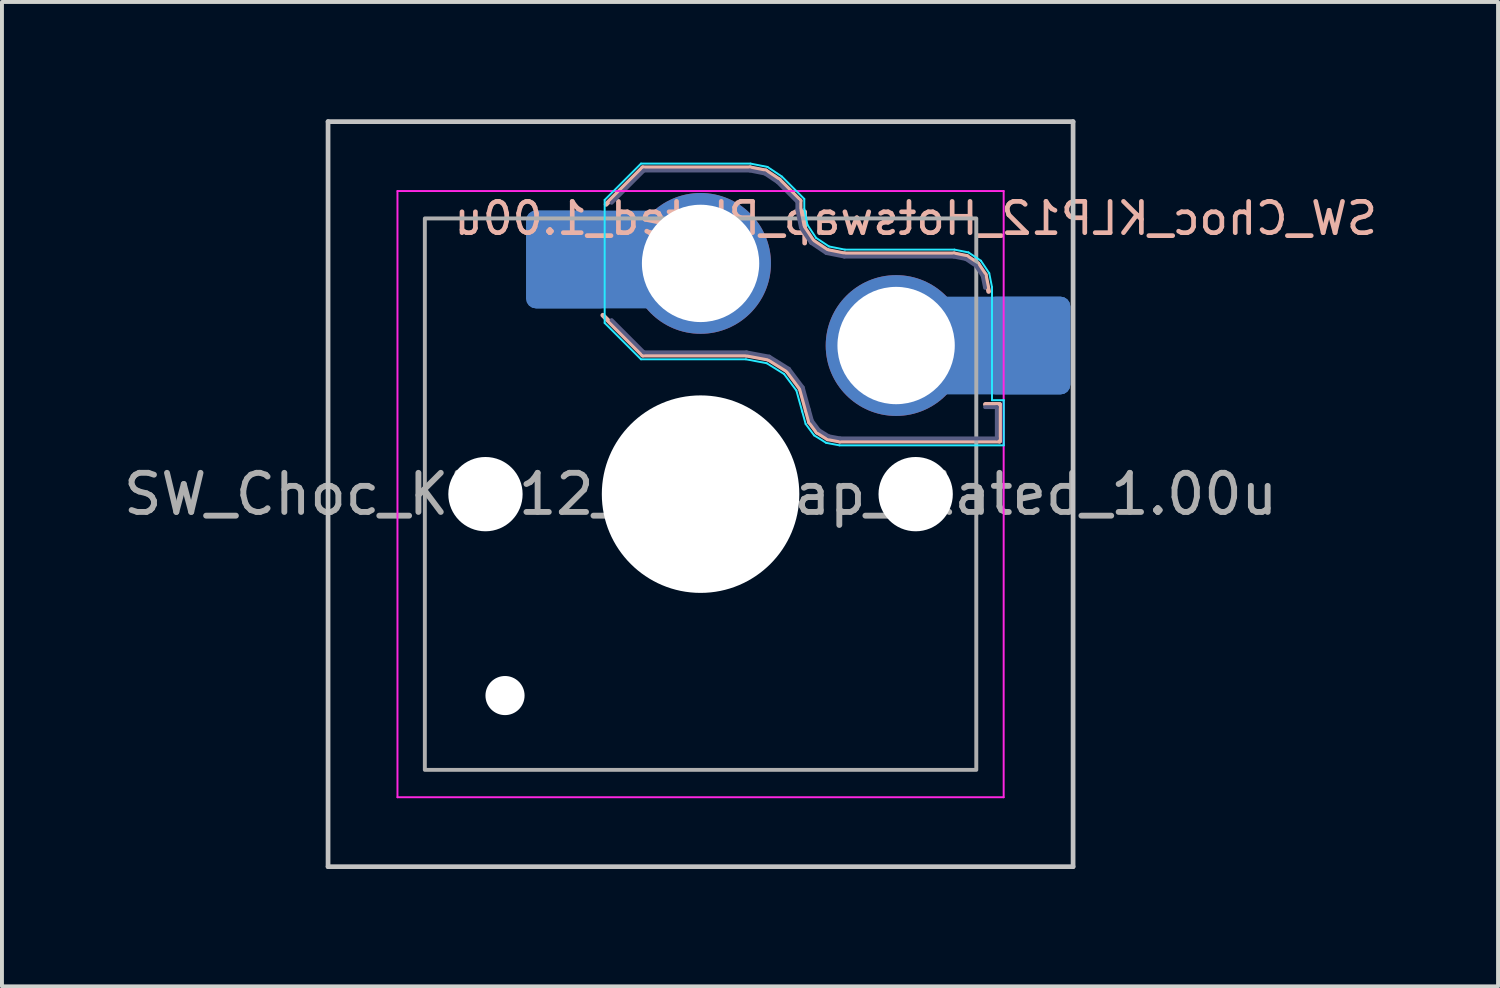
<source format=kicad_pcb>
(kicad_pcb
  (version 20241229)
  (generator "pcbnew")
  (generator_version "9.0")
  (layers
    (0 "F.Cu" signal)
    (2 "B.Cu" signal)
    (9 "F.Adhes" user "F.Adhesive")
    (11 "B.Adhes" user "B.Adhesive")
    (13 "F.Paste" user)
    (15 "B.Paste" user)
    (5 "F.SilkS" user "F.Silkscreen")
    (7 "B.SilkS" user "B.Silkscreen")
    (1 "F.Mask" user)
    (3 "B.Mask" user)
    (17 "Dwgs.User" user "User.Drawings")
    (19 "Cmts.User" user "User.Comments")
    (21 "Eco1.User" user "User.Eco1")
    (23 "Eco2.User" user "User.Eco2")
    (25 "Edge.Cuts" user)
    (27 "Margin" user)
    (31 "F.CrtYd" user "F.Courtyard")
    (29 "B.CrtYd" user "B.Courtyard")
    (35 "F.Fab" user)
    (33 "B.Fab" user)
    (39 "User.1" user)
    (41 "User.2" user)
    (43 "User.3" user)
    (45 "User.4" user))
  (footprint "SW_Choc_KLP12_Hotswap_Plated_1.00u"
    (layer "F.Cu")
    (at 14.863 9.585)
    (property "Reference" "SW_Choc_KLP12_Hotswap_Plated_1.00u" (at 5.5 -7.05 180) (layer "B.SilkS") (effects (font (size 0.8 0.8) (thickness 0.12)) (justify mirror)))
    (attr smd)
    (fp_line (start -2.416 -7.409) (end -1.479 -8.346) (stroke (width 0.12) (type solid)) (layer "B.SilkS"))
    (fp_line (start -1.479 -8.346) (end 1.268 -8.346) (stroke (width 0.12) (type solid)) (layer "B.SilkS"))
    (fp_line (start -1.479 -3.554) (end -2.5 -4.575) (stroke (width 0.12) (type solid)) (layer "B.SilkS"))
    (fp_line (start 1.168 -3.554) (end -1.479 -3.554) (stroke (width 0.12) (type solid)) (layer "B.SilkS"))
    (fp_line (start 1.268 -8.346) (end 1.671 -8.266) (stroke (width 0.12) (type solid)) (layer "B.SilkS"))
    (fp_line (start 1.671 -8.266) (end 2.013 -8.037) (stroke (width 0.12) (type solid)) (layer "B.SilkS"))
    (fp_line (start 1.73 -3.449) (end 1.168 -3.554) (stroke (width 0.12) (type solid)) (layer "B.SilkS"))
    (fp_line (start 2.013 -8.037) (end 2.546 -7.504) (stroke (width 0.12) (type solid)) (layer "B.SilkS"))
    (fp_line (start 2.209 -3.15) (end 1.73 -3.449) (stroke (width 0.12) (type solid)) (layer "B.SilkS"))
    (fp_line (start 2.546 -7.504) (end 2.546 -7.282) (stroke (width 0.12) (type solid)) (layer "B.SilkS"))
    (fp_line (start 2.546 -7.282) (end 2.633 -6.844) (stroke (width 0.12) (type solid)) (layer "B.SilkS"))
    (fp_line (start 2.547 -2.697) (end 2.209 -3.15) (stroke (width 0.12) (type solid)) (layer "B.SilkS"))
    (fp_line (start 2.633 -6.844) (end 2.877 -6.477) (stroke (width 0.12) (type solid)) (layer "B.SilkS"))
    (fp_line (start 2.701 -2.139) (end 2.547 -2.697) (stroke (width 0.12) (type solid)) (layer "B.SilkS"))
    (fp_line (start 2.783 -1.841) (end 2.701 -2.139) (stroke (width 0.12) (type solid)) (layer "B.SilkS"))
    (fp_line (start 2.877 -6.477) (end 3.244 -6.233) (stroke (width 0.12) (type solid)) (layer "B.SilkS"))
    (fp_line (start 2.976 -1.583) (end 2.783 -1.841) (stroke (width 0.12) (type solid)) (layer "B.SilkS"))
    (fp_line (start 3.244 -6.233) (end 3.682 -6.146) (stroke (width 0.12) (type solid)) (layer "B.SilkS"))
    (fp_line (start 3.25 -1.413) (end 2.976 -1.583) (stroke (width 0.12) (type solid)) (layer "B.SilkS"))
    (fp_line (start 3.56 -1.354) (end 3.25 -1.413) (stroke (width 0.12) (type solid)) (layer "B.SilkS"))
    (fp_line (start 3.682 -6.146) (end 6.482 -6.146) (stroke (width 0.12) (type solid)) (layer "B.SilkS"))
    (fp_line (start 6.482 -6.146) (end 6.809 -6.081) (stroke (width 0.12) (type solid)) (layer "B.SilkS"))
    (fp_line (start 6.809 -6.081) (end 7.092 -5.892) (stroke (width 0.12) (type solid)) (layer "B.SilkS"))
    (fp_line (start 7.092 -5.892) (end 7.281 -5.609) (stroke (width 0.12) (type solid)) (layer "B.SilkS"))
    (fp_line (start 7.281 -5.609) (end 7.366 -5.182) (stroke (width 0.12) (type solid)) (layer "B.SilkS"))
    (fp_line (start 7.283 -2.296) (end 7.646 -2.296) (stroke (width 0.12) (type solid)) (layer "B.SilkS"))
    (fp_line (start 7.646 -2.296) (end 7.646 -1.354) (stroke (width 0.12) (type solid)) (layer "B.SilkS"))
    (fp_line (start 7.646 -1.354) (end 3.56 -1.354) (stroke (width 0.12) (type solid)) (layer "B.SilkS"))
    (fp_line (start -9.525 -9.525) (end 9.525 -9.525) (stroke (width 0.12) (type default)) (layer "Dwgs.User"))
    (fp_line (start -9.525 9.525) (end -9.525 -9.525) (stroke (width 0.12) (type default)) (layer "Dwgs.User"))
    (fp_line (start 9.525 -9.525) (end 9.525 9.525) (stroke (width 0.12) (type default)) (layer "Dwgs.User"))
    (fp_line (start 9.525 9.525) (end -9.525 9.525) (stroke (width 0.12) (type default)) (layer "Dwgs.User"))
    (fp_line (start -2.452 -7.523) (end -1.523 -8.452) (stroke (width 0.05) (type solid)) (layer "B.CrtYd"))
    (fp_line (start -2.452 -4.377) (end -2.452 -7.523) (stroke (width 0.05) (type solid)) (layer "B.CrtYd"))
    (fp_line (start -1.523 -8.452) (end 1.278 -8.452) (stroke (width 0.05) (type solid)) (layer "B.CrtYd"))
    (fp_line (start -1.523 -3.448) (end -2.452 -4.377) (stroke (width 0.05) (type solid)) (layer "B.CrtYd"))
    (fp_line (start 1.159 -3.448) (end -1.523 -3.448) (stroke (width 0.05) (type solid)) (layer "B.CrtYd"))
    (fp_line (start 1.278 -8.452) (end 1.712 -8.366) (stroke (width 0.05) (type solid)) (layer "B.CrtYd"))
    (fp_line (start 1.691 -3.348) (end 1.159 -3.448) (stroke (width 0.05) (type solid)) (layer "B.CrtYd"))
    (fp_line (start 1.712 -8.366) (end 2.081 -8.119) (stroke (width 0.05) (type solid)) (layer "B.CrtYd"))
    (fp_line (start 2.081 -8.119) (end 2.652 -7.548) (stroke (width 0.05) (type solid)) (layer "B.CrtYd"))
    (fp_line (start 2.136 -3.071) (end 1.691 -3.348) (stroke (width 0.05) (type solid)) (layer "B.CrtYd"))
    (fp_line (start 2.45 -2.65) (end 2.136 -3.071) (stroke (width 0.05) (type solid)) (layer "B.CrtYd"))
    (fp_line (start 2.599 -2.111) (end 2.45 -2.65) (stroke (width 0.05) (type solid)) (layer "B.CrtYd"))
    (fp_line (start 2.652 -7.548) (end 2.652 -7.292) (stroke (width 0.05) (type solid)) (layer "B.CrtYd"))
    (fp_line (start 2.652 -7.292) (end 2.733 -6.885) (stroke (width 0.05) (type solid)) (layer "B.CrtYd"))
    (fp_line (start 2.687 -1.794) (end 2.599 -2.111) (stroke (width 0.05) (type solid)) (layer "B.CrtYd"))
    (fp_line (start 2.733 -6.885) (end 2.953 -6.553) (stroke (width 0.05) (type solid)) (layer "B.CrtYd"))
    (fp_line (start 2.903 -1.503) (end 2.687 -1.794) (stroke (width 0.05) (type solid)) (layer "B.CrtYd"))
    (fp_line (start 2.953 -6.553) (end 3.285 -6.333) (stroke (width 0.05) (type solid)) (layer "B.CrtYd"))
    (fp_line (start 3.211 -1.312) (end 2.903 -1.503) (stroke (width 0.05) (type solid)) (layer "B.CrtYd"))
    (fp_line (start 3.285 -6.333) (end 3.692 -6.252) (stroke (width 0.05) (type solid)) (layer "B.CrtYd"))
    (fp_line (start 3.55 -1.248) (end 3.211 -1.312) (stroke (width 0.05) (type solid)) (layer "B.CrtYd"))
    (fp_line (start 3.692 -6.252) (end 6.492 -6.252) (stroke (width 0.05) (type solid)) (layer "B.CrtYd"))
    (fp_line (start 6.492 -6.252) (end 6.85 -6.181) (stroke (width 0.05) (type solid)) (layer "B.CrtYd"))
    (fp_line (start 6.85 -6.181) (end 7.168 -5.968) (stroke (width 0.05) (type solid)) (layer "B.CrtYd"))
    (fp_line (start 7.168 -5.968) (end 7.381 -5.65) (stroke (width 0.05) (type solid)) (layer "B.CrtYd"))
    (fp_line (start 7.381 -5.65) (end 7.452 -5.292) (stroke (width 0.05) (type solid)) (layer "B.CrtYd"))
    (fp_line (start 7.452 -5.292) (end 7.452 -2.402) (stroke (width 0.05) (type solid)) (layer "B.CrtYd"))
    (fp_line (start 7.452 -2.402) (end 7.752 -2.402) (stroke (width 0.05) (type solid)) (layer "B.CrtYd"))
    (fp_line (start 7.752 -2.402) (end 7.752 -1.248) (stroke (width 0.05) (type solid)) (layer "B.CrtYd"))
    (fp_line (start 7.752 -1.248) (end 3.55 -1.248) (stroke (width 0.05) (type solid)) (layer "B.CrtYd"))
    (fp_line (start -7.75 7.75) (end -7.75 -7.75) (stroke (width 0.05) (type solid)) (layer "F.CrtYd"))
    (fp_line (start 7.75 -7.75) (end -7.75 -7.75) (stroke (width 0.05) (type solid)) (layer "F.CrtYd"))
    (fp_line (start 7.75 -7.75) (end 7.75 7.75) (stroke (width 0.05) (type solid)) (layer "F.CrtYd"))
    (fp_line (start 7.75 7.75) (end -7.75 7.75) (stroke (width 0.05) (type solid)) (layer "F.CrtYd"))
    (fp_line (start -2.275 -7.45) (end -1.45 -8.275) (stroke (width 0.1) (type solid)) (layer "B.Fab"))
    (fp_line (start -1.45 -8.275) (end 1.261 -8.275) (stroke (width 0.1) (type solid)) (layer "B.Fab"))
    (fp_line (start -1.45 -3.625) (end -2.275 -4.45) (stroke (width 0.1) (type solid)) (layer "B.Fab"))
    (fp_line (start 1.175 -3.625) (end -1.45 -3.625) (stroke (width 0.1) (type solid)) (layer "B.Fab"))
    (fp_line (start 1.261 -8.275) (end 1.643 -8.199) (stroke (width 0.1) (type solid)) (layer "B.Fab"))
    (fp_line (start 1.643 -8.199) (end 1.968 -7.982) (stroke (width 0.1) (type solid)) (layer "B.Fab"))
    (fp_line (start 1.756 -3.516) (end 1.175 -3.625) (stroke (width 0.1) (type solid)) (layer "B.Fab"))
    (fp_line (start 1.968 -7.982) (end 2.475 -7.475) (stroke (width 0.1) (type solid)) (layer "B.Fab"))
    (fp_line (start 2.258 -3.203) (end 1.756 -3.516) (stroke (width 0.1) (type solid)) (layer "B.Fab"))
    (fp_line (start 2.475 -7.475) (end 2.475 -7.275) (stroke (width 0.1) (type solid)) (layer "B.Fab"))
    (fp_line (start 2.475 -7.275) (end 2.566 -6.816) (stroke (width 0.1) (type solid)) (layer "B.Fab"))
    (fp_line (start 2.566 -6.816) (end 2.826 -6.426) (stroke (width 0.1) (type solid)) (layer "B.Fab"))
    (fp_line (start 2.612 -2.729) (end 2.258 -3.203) (stroke (width 0.1) (type solid)) (layer "B.Fab"))
    (fp_line (start 2.769 -2.158) (end 2.612 -2.729) (stroke (width 0.1) (type solid)) (layer "B.Fab"))
    (fp_line (start 2.826 -6.426) (end 3.216 -6.166) (stroke (width 0.1) (type solid)) (layer "B.Fab"))
    (fp_line (start 2.848 -1.873) (end 2.769 -2.158) (stroke (width 0.1) (type solid)) (layer "B.Fab"))
    (fp_line (start 3.025 -1.636) (end 2.848 -1.873) (stroke (width 0.1) (type solid)) (layer "B.Fab"))
    (fp_line (start 3.216 -6.166) (end 3.675 -6.075) (stroke (width 0.1) (type solid)) (layer "B.Fab"))
    (fp_line (start 3.276 -1.48) (end 3.025 -1.636) (stroke (width 0.1) (type solid)) (layer "B.Fab"))
    (fp_line (start 3.567 -1.425) (end 3.276 -1.48) (stroke (width 0.1) (type solid)) (layer "B.Fab"))
    (fp_line (start 3.675 -6.075) (end 6.475 -6.075) (stroke (width 0.1) (type solid)) (layer "B.Fab"))
    (fp_line (start 6.475 -6.075) (end 6.781 -6.014) (stroke (width 0.1) (type solid)) (layer "B.Fab"))
    (fp_line (start 6.781 -6.014) (end 7.041 -5.841) (stroke (width 0.1) (type solid)) (layer "B.Fab"))
    (fp_line (start 7.041 -5.841) (end 7.214 -5.581) (stroke (width 0.1) (type solid)) (layer "B.Fab"))
    (fp_line (start 7.214 -5.581) (end 7.275 -5.275) (stroke (width 0.1) (type solid)) (layer "B.Fab"))
    (fp_line (start 7.275 -2.225) (end 7.575 -2.225) (stroke (width 0.1) (type solid)) (layer "B.Fab"))
    (fp_line (start 7.575 -2.225) (end 7.575 -1.425) (stroke (width 0.1) (type solid)) (layer "B.Fab"))
    (fp_line (start 7.575 -1.425) (end 3.567 -1.425) (stroke (width 0.1) (type solid)) (layer "B.Fab"))
    (fp_rect (start -7.05 -7.05) (end 7.05 7.05) (stroke (width 0.1) (type default)) (fill no) (layer "F.Fab"))
    (fp_text user "${REFERENCE}" (at 0 0 0) (layer "F.Fab") (effects (font (size 1 1) (thickness 0.15))))
    (pad "" np_thru_hole circle (at -5.5 0) (size 1.9 1.9) (drill 1.9) (layers "*.Cu" "*.Mask"))
    (pad "" np_thru_hole circle (at -5 5.15) (size 1 1) (drill 1) (layers "*.Cu" "*.Mask"))
    (pad "" np_thru_hole circle (at 0 0) (size 5.05 5.05) (drill 5.05) (layers "*.Cu" "*.Mask"))
    (pad "" np_thru_hole circle (at 5.5 0) (size 1.9 1.9) (drill 1.9) (layers "*.Cu" "*.Mask"))
    (pad "1" thru_hole circle (at 5 -3.8) (size 3.6 3.6) (drill 3) (layers "*.Cu" "*.Mask"))
    (pad "1" smd roundrect (at 7.53 -3.8) (size 3.85 2.5) (layers "B.Cu") (roundrect_rratio 0.1))
    (pad "1" smd roundrect (at 8.376 -3.8) (size 2.159 2.5) (layers "B.Cu" "B.Mask" "B.Paste") (roundrect_rratio 0.116))
    (pad "2" smd roundrect (at -3.381 -6) (size 2.159 2.5) (layers "B.Cu" "B.Mask" "B.Paste") (roundrect_rratio 0.116))
    (pad "2" smd roundrect (at -2.535 -6) (size 3.85 2.5) (layers "B.Cu") (roundrect_rratio 0.1))
    (pad "2" thru_hole circle (at 0 -5.9) (size 3.6 3.6) (drill 3) (layers "*.Cu" "*.Mask")))
  (gr_rect
    (start -3 -3)
    (end 35.254 22.17)
    (stroke (width 0.1) (type default))
    (fill no)
    (layer "Edge.Cuts")))
</source>
